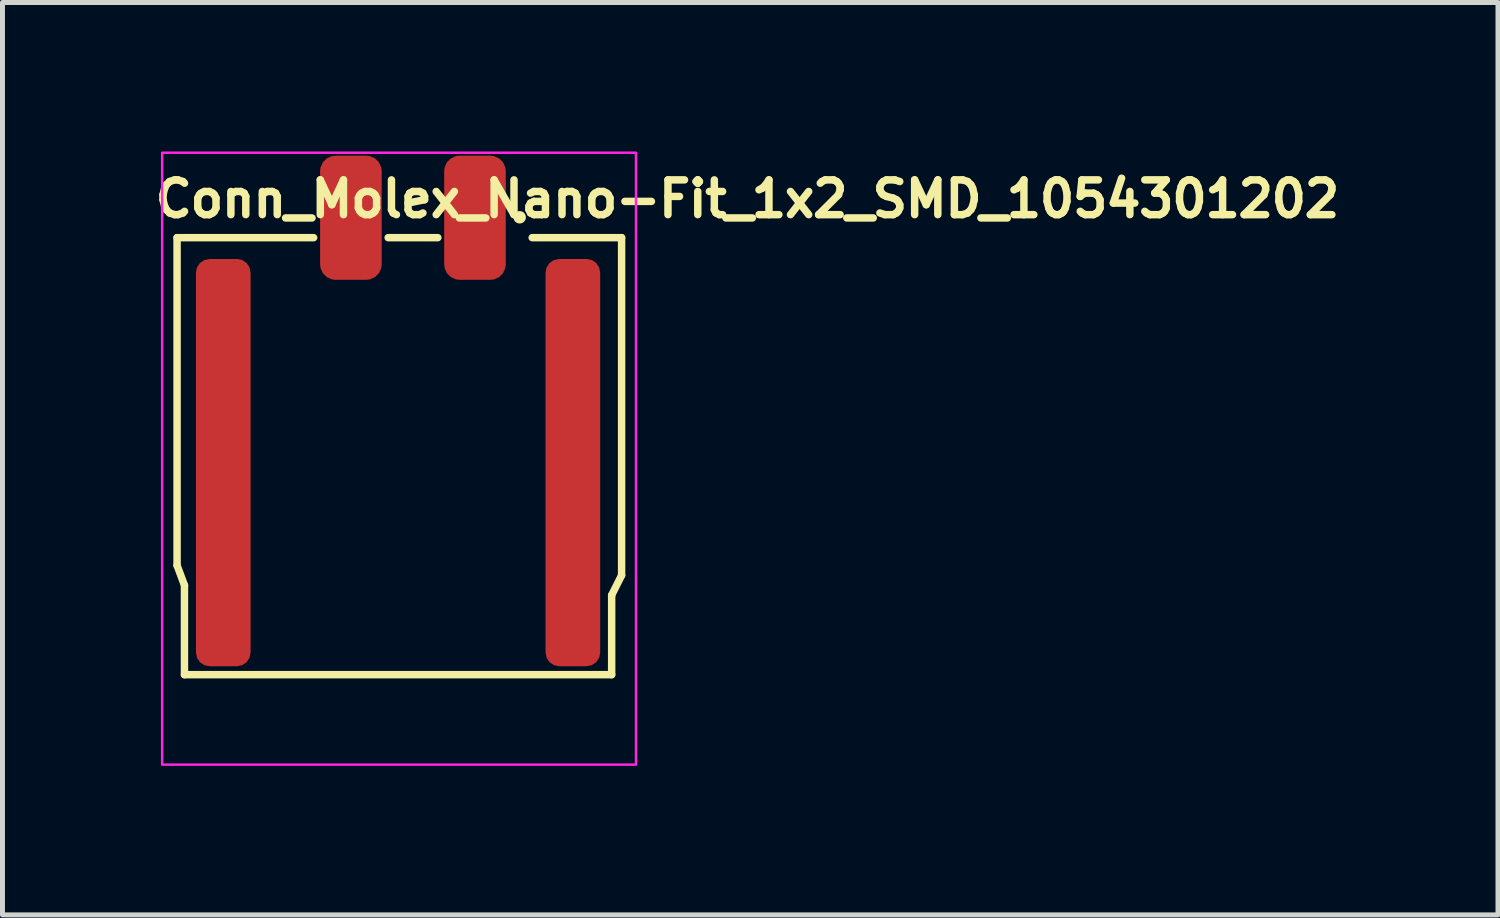
<source format=kicad_pcb>
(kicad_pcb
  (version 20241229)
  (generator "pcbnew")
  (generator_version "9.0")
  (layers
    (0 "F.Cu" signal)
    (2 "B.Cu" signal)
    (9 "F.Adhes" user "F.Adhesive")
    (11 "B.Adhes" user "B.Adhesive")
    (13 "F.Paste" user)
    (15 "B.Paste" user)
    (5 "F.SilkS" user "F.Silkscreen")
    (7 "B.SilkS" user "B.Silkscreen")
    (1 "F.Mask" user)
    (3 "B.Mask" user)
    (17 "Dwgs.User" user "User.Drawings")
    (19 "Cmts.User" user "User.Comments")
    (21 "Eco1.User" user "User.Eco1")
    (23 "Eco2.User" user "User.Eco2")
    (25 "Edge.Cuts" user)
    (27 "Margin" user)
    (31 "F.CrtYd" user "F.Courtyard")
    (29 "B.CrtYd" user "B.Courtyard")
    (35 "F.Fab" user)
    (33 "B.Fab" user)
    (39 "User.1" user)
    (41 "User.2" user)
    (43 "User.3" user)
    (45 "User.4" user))
  (footprint "Conn_Molex_Nano-Fit_1x2_SMD_1054301202"
    (layer "F.Cu")
    (at 4.985 6.235)
    (property "Reference" "Conn_Molex_Nano-Fit_1x2_SMD_1054301202" (at -4.985 -4.87 0) (layer "F.SilkS") (effects (font (size 0.7 0.7) (thickness 0.15)) (justify left bottom)))
    (attr smd)
    (fp_line (start -4.47 -4.5) (end -4.47 2.099) (stroke (width 0.15) (type solid)) (layer "F.SilkS"))
    (fp_line (start -4.47 2.099) (end -4.321 2.499) (stroke (width 0.15) (type solid)) (layer "F.SilkS"))
    (fp_line (start -4.321 2.499) (end -4.321 4.299) (stroke (width 0.15) (type solid)) (layer "F.SilkS"))
    (fp_line (start -4.321 4.299) (end 4.28 4.299) (stroke (width 0.15) (type solid)) (layer "F.SilkS"))
    (fp_line (start -1.72 -4.5) (end -4.47 -4.5) (stroke (width 0.15) (type solid)) (layer "F.SilkS"))
    (fp_line (start -0.22 -4.5) (end 0.78 -4.5) (stroke (width 0.15) (type solid)) (layer "F.SilkS"))
    (fp_line (start 4.28 2.698) (end 4.28 4.299) (stroke (width 0.15) (type solid)) (layer "F.SilkS"))
    (fp_line (start 4.48 -4.5) (end 2.68 -4.5) (stroke (width 0.15) (type solid)) (layer "F.SilkS"))
    (fp_line (start 4.48 2.298) (end 4.28 2.698) (stroke (width 0.15) (type solid)) (layer "F.SilkS"))
    (fp_line (start 4.48 2.298) (end 4.48 -4.5) (stroke (width 0.15) (type solid)) (layer "F.SilkS"))
    (fp_circle (center 2.428 -4.91) (end 2.478 -4.91) (stroke (width 0.15) (type solid)) (fill yes) (layer "F.SilkS"))
    (fp_rect (start -4.77 -6.21) (end 4.77 6.11) (stroke (width 0.05) (type solid)) (fill no) (layer "F.CrtYd"))
    (fp_rect (start -4.372 -5.715) (end 4.37 5.714) (stroke (width 0.1) (type solid)) (fill no) (layer "User.5"))
    (fp_line (start -4.372 -4.436) (end -4.372 2.253) (stroke (width 0.02) (type solid)) (layer "User.9"))
    (fp_line (start -4.372 2.253) (end -3.371 4.253) (stroke (width 0.02) (type solid)) (layer "User.9"))
    (fp_line (start -3.871 -4.436) (end -4.372 -4.436) (stroke (width 0.02) (type solid)) (layer "User.9"))
    (fp_line (start -3.871 -3.436) (end -3.871 -4.436) (stroke (width 0.02) (type solid)) (layer "User.9"))
    (fp_line (start -3.77 -4.436) (end -3.77 -4.287) (stroke (width 0.02) (type solid)) (layer "User.9"))
    (fp_line (start -3.77 -4.287) (end -3.77 -3.436) (stroke (width 0.02) (type solid)) (layer "User.9"))
    (fp_line (start -3.77 3.454) (end -3.77 3.704) (stroke (width 0.02) (type solid)) (layer "User.9"))
    (fp_line (start -3.77 3.704) (end -3.77 3.987) (stroke (width 0.02) (type solid)) (layer "User.9"))
    (fp_line (start -3.77 3.987) (end -3.77 3.987) (stroke (width 0.02) (type solid)) (layer "User.9"))
    (fp_line (start -3.77 3.987) (end -3.77 4.105) (stroke (width 0.02) (type solid)) (layer "User.9"))
    (fp_line (start -3.446 4.105) (end -3.77 4.105) (stroke (width 0.02) (type solid)) (layer "User.9"))
    (fp_line (start -3.446 4.105) (end -3.77 4.105) (stroke (width 0.02) (type solid)) (layer "User.9"))
    (fp_line (start -3.371 4.253) (end -2.701 4.253) (stroke (width 0.02) (type solid)) (layer "User.9"))
    (fp_line (start -3.27 -4.436) (end -3.77 -4.436) (stroke (width 0.02) (type solid)) (layer "User.9"))
    (fp_line (start -3.27 -4.436) (end -3.27 -4.287) (stroke (width 0.02) (type solid)) (layer "User.9"))
    (fp_line (start -3.27 -4.287) (end -3.77 -4.287) (stroke (width 0.02) (type solid)) (layer "User.9"))
    (fp_line (start -3.27 -4.287) (end -3.27 -3.436) (stroke (width 0.02) (type solid)) (layer "User.9"))
    (fp_line (start -3.17 -3.436) (end -3.871 -3.436) (stroke (width 0.02) (type solid)) (layer "User.9"))
    (fp_line (start -3.17 -3.436) (end -3.17 -4.436) (stroke (width 0.02) (type solid)) (layer "User.9"))
    (fp_line (start -2.5 -2.255) (end -2.5 -2.246) (stroke (width 0.02) (type solid)) (layer "User.9"))
    (fp_line (start -2.5 -2.255) (end -2.499 -2.266) (stroke (width 0.02) (type solid)) (layer "User.9"))
    (fp_line (start -2.5 -2.246) (end -2.5 -2.255) (stroke (width 0.02) (type solid)) (layer "User.9"))
    (fp_line (start -2.5 -2.246) (end -2.5 -2.237) (stroke (width 0.02) (type solid)) (layer "User.9"))
    (fp_line (start -2.5 -2.237) (end -2.5 -2.246) (stroke (width 0.02) (type solid)) (layer "User.9"))
    (fp_line (start -2.5 -2.237) (end -2.301 -2.237) (stroke (width 0.02) (type solid)) (layer "User.9"))
    (fp_line (start -2.5 4.253) (end -2.701 4.253) (stroke (width 0.02) (type solid)) (layer "User.9"))
    (fp_line (start -2.5 5.714) (end -2.5 -2.237) (stroke (width 0.02) (type solid)) (layer "User.9"))
    (fp_line (start -2.499 -2.266) (end -2.5 -2.255) (stroke (width 0.02) (type solid)) (layer "User.9"))
    (fp_line (start -2.499 -2.266) (end -2.497 -2.275) (stroke (width 0.02) (type solid)) (layer "User.9"))
    (fp_line (start -2.497 -2.275) (end -2.499 -2.266) (stroke (width 0.02) (type solid)) (layer "User.9"))
    (fp_line (start -2.497 -2.275) (end -2.495 -2.285) (stroke (width 0.02) (type solid)) (layer "User.9"))
    (fp_line (start -2.495 -2.285) (end -2.497 -2.275) (stroke (width 0.02) (type solid)) (layer "User.9"))
    (fp_line (start -2.495 -2.285) (end -2.492 -2.294) (stroke (width 0.02) (type solid)) (layer "User.9"))
    (fp_line (start -2.492 -2.294) (end -2.495 -2.285) (stroke (width 0.02) (type solid)) (layer "User.9"))
    (fp_line (start -2.492 -2.294) (end -2.489 -2.303) (stroke (width 0.02) (type solid)) (layer "User.9"))
    (fp_line (start -2.489 -2.303) (end -2.492 -2.294) (stroke (width 0.02) (type solid)) (layer "User.9"))
    (fp_line (start -2.489 -2.303) (end -2.485 -2.312) (stroke (width 0.02) (type solid)) (layer "User.9"))
    (fp_line (start -2.485 -2.312) (end -2.489 -2.303) (stroke (width 0.02) (type solid)) (layer "User.9"))
    (fp_line (start -2.485 -2.312) (end -2.481 -2.322) (stroke (width 0.02) (type solid)) (layer "User.9"))
    (fp_line (start -2.481 -2.322) (end -2.485 -2.312) (stroke (width 0.02) (type solid)) (layer "User.9"))
    (fp_line (start -2.481 -2.322) (end -2.477 -2.331) (stroke (width 0.02) (type solid)) (layer "User.9"))
    (fp_line (start -2.477 -2.331) (end -2.481 -2.322) (stroke (width 0.02) (type solid)) (layer "User.9"))
    (fp_line (start -2.477 -2.331) (end -2.472 -2.339) (stroke (width 0.02) (type solid)) (layer "User.9"))
    (fp_line (start -2.472 -2.339) (end -2.477 -2.331) (stroke (width 0.02) (type solid)) (layer "User.9"))
    (fp_line (start -2.472 -2.339) (end -2.468 -2.347) (stroke (width 0.02) (type solid)) (layer "User.9"))
    (fp_line (start -2.468 -2.347) (end -2.472 -2.339) (stroke (width 0.02) (type solid)) (layer "User.9"))
    (fp_line (start -2.468 -2.347) (end -2.461 -2.355) (stroke (width 0.02) (type solid)) (layer "User.9"))
    (fp_line (start -2.461 -2.355) (end -2.468 -2.347) (stroke (width 0.02) (type solid)) (layer "User.9"))
    (fp_line (start -2.461 -2.355) (end -2.456 -2.363) (stroke (width 0.02) (type solid)) (layer "User.9"))
    (fp_line (start -2.456 -2.363) (end -2.461 -2.355) (stroke (width 0.02) (type solid)) (layer "User.9"))
    (fp_line (start -2.456 -2.363) (end -2.449 -2.371) (stroke (width 0.02) (type solid)) (layer "User.9"))
    (fp_line (start -2.449 -2.371) (end -2.456 -2.363) (stroke (width 0.02) (type solid)) (layer "User.9"))
    (fp_line (start -2.449 -2.371) (end -2.443 -2.378) (stroke (width 0.02) (type solid)) (layer "User.9"))
    (fp_line (start -2.443 -2.378) (end -2.449 -2.371) (stroke (width 0.02) (type solid)) (layer "User.9"))
    (fp_line (start -2.443 -2.378) (end -2.443 -2.378) (stroke (width 0.02) (type solid)) (layer "User.9"))
    (fp_line (start -2.443 -2.378) (end -2.443 -2.378) (stroke (width 0.02) (type solid)) (layer "User.9"))
    (fp_line (start -2.443 -2.378) (end -2.436 -2.384) (stroke (width 0.02) (type solid)) (layer "User.9"))
    (fp_line (start -2.436 -2.384) (end -2.443 -2.378) (stroke (width 0.02) (type solid)) (layer "User.9"))
    (fp_line (start -2.436 -2.384) (end -2.427 -2.391) (stroke (width 0.02) (type solid)) (layer "User.9"))
    (fp_line (start -2.427 -2.391) (end -2.436 -2.384) (stroke (width 0.02) (type solid)) (layer "User.9"))
    (fp_line (start -2.427 -2.391) (end -2.419 -2.396) (stroke (width 0.02) (type solid)) (layer "User.9"))
    (fp_line (start -2.419 -2.396) (end -2.427 -2.391) (stroke (width 0.02) (type solid)) (layer "User.9"))
    (fp_line (start -2.419 -2.396) (end -2.411 -2.403) (stroke (width 0.02) (type solid)) (layer "User.9"))
    (fp_line (start -2.411 -2.403) (end -2.419 -2.396) (stroke (width 0.02) (type solid)) (layer "User.9"))
    (fp_line (start -2.411 -2.403) (end -2.403 -2.407) (stroke (width 0.02) (type solid)) (layer "User.9"))
    (fp_line (start -2.403 -2.407) (end -2.411 -2.403) (stroke (width 0.02) (type solid)) (layer "User.9"))
    (fp_line (start -2.403 -2.407) (end -2.395 -2.412) (stroke (width 0.02) (type solid)) (layer "User.9"))
    (fp_line (start -2.395 -2.412) (end -2.403 -2.407) (stroke (width 0.02) (type solid)) (layer "User.9"))
    (fp_line (start -2.395 -2.412) (end -2.387 -2.416) (stroke (width 0.02) (type solid)) (layer "User.9"))
    (fp_line (start -2.387 -2.416) (end -2.395 -2.412) (stroke (width 0.02) (type solid)) (layer "User.9"))
    (fp_line (start -2.387 -2.416) (end -2.378 -2.42) (stroke (width 0.02) (type solid)) (layer "User.9"))
    (fp_line (start -2.378 -2.42) (end -2.387 -2.416) (stroke (width 0.02) (type solid)) (layer "User.9"))
    (fp_line (start -2.378 -2.42) (end -2.368 -2.424) (stroke (width 0.02) (type solid)) (layer "User.9"))
    (fp_line (start -2.368 -2.424) (end -2.378 -2.42) (stroke (width 0.02) (type solid)) (layer "User.9"))
    (fp_line (start -2.368 -2.424) (end -2.359 -2.427) (stroke (width 0.02) (type solid)) (layer "User.9"))
    (fp_line (start -2.359 -2.427) (end -2.368 -2.424) (stroke (width 0.02) (type solid)) (layer "User.9"))
    (fp_line (start -2.359 -2.427) (end -2.35 -2.43) (stroke (width 0.02) (type solid)) (layer "User.9"))
    (fp_line (start -2.35 -2.43) (end -2.359 -2.427) (stroke (width 0.02) (type solid)) (layer "User.9"))
    (fp_line (start -2.35 -2.43) (end -2.34 -2.432) (stroke (width 0.02) (type solid)) (layer "User.9"))
    (fp_line (start -2.34 -2.432) (end -2.35 -2.43) (stroke (width 0.02) (type solid)) (layer "User.9"))
    (fp_line (start -2.34 -2.432) (end -2.331 -2.433) (stroke (width 0.02) (type solid)) (layer "User.9"))
    (fp_line (start -2.331 -2.433) (end -2.34 -2.432) (stroke (width 0.02) (type solid)) (layer "User.9"))
    (fp_line (start -2.331 -2.433) (end -2.32 -2.436) (stroke (width 0.02) (type solid)) (layer "User.9"))
    (fp_line (start -2.32 -2.436) (end -2.331 -2.433) (stroke (width 0.02) (type solid)) (layer "User.9"))
    (fp_line (start -2.32 -2.436) (end -2.311 -2.436) (stroke (width 0.02) (type solid)) (layer "User.9"))
    (fp_line (start -2.311 -2.436) (end -2.32 -2.436) (stroke (width 0.02) (type solid)) (layer "User.9"))
    (fp_line (start -2.311 -2.436) (end -2.301 -2.436) (stroke (width 0.02) (type solid)) (layer "User.9"))
    (fp_line (start -2.301 -2.436) (end -2.311 -2.436) (stroke (width 0.02) (type solid)) (layer "User.9"))
    (fp_line (start -2.301 5.714) (end -2.5 5.714) (stroke (width 0.02) (type solid)) (layer "User.9"))
    (fp_line (start -2.301 5.714) (end 2.899 5.714) (stroke (width 0.02) (type solid)) (layer "User.9"))
    (fp_line (start -2 -2.637) (end -2 -2.436) (stroke (width 0.02) (type solid)) (layer "User.9"))
    (fp_line (start -1.268 -5.516) (end -1.268 -5.715) (stroke (width 0.02) (type solid)) (layer "User.9"))
    (fp_line (start -1.268 -5.176) (end -1.268 -5.516) (stroke (width 0.02) (type solid)) (layer "User.9"))
    (fp_line (start -1.268 -4.827) (end -1.268 -5.176) (stroke (width 0.02) (type solid)) (layer "User.9"))
    (fp_line (start -1.268 -4.577) (end -1.268 -4.827) (stroke (width 0.02) (type solid)) (layer "User.9"))
    (fp_line (start -1.268 -4.436) (end -1.268 -4.577) (stroke (width 0.02) (type solid)) (layer "User.9"))
    (fp_line (start -0.633 -5.715) (end -1.268 -5.715) (stroke (width 0.02) (type solid)) (layer "User.9"))
    (fp_line (start -0.633 -5.516) (end -1.268 -5.516) (stroke (width 0.02) (type solid)) (layer "User.9"))
    (fp_line (start -0.633 -5.516) (end -0.633 -5.715) (stroke (width 0.02) (type solid)) (layer "User.9"))
    (fp_line (start -0.633 -5.176) (end -1.268 -5.176) (stroke (width 0.02) (type solid)) (layer "User.9"))
    (fp_line (start -0.633 -5.176) (end -0.633 -5.516) (stroke (width 0.02) (type solid)) (layer "User.9"))
    (fp_line (start -0.633 -4.827) (end -0.633 -5.176) (stroke (width 0.02) (type solid)) (layer "User.9"))
    (fp_line (start -0.633 -4.577) (end -1.268 -4.577) (stroke (width 0.02) (type solid)) (layer "User.9"))
    (fp_line (start -0.633 -4.577) (end -0.633 -4.827) (stroke (width 0.02) (type solid)) (layer "User.9"))
    (fp_line (start -0.633 -4.436) (end -0.633 -4.577) (stroke (width 0.02) (type solid)) (layer "User.9"))
    (fp_line (start 1.231 -5.516) (end 1.231 -5.715) (stroke (width 0.02) (type solid)) (layer "User.9"))
    (fp_line (start 1.231 -5.176) (end 1.231 -5.516) (stroke (width 0.02) (type solid)) (layer "User.9"))
    (fp_line (start 1.231 -4.827) (end 1.231 -5.176) (stroke (width 0.02) (type solid)) (layer "User.9"))
    (fp_line (start 1.231 -4.577) (end 1.231 -4.827) (stroke (width 0.02) (type solid)) (layer "User.9"))
    (fp_line (start 1.231 -4.436) (end 1.231 -4.577) (stroke (width 0.02) (type solid)) (layer "User.9"))
    (fp_line (start 1.866 -5.715) (end 1.231 -5.715) (stroke (width 0.02) (type solid)) (layer "User.9"))
    (fp_line (start 1.866 -5.516) (end 1.231 -5.516) (stroke (width 0.02) (type solid)) (layer "User.9"))
    (fp_line (start 1.866 -5.516) (end 1.866 -5.715) (stroke (width 0.02) (type solid)) (layer "User.9"))
    (fp_line (start 1.866 -5.176) (end 1.231 -5.176) (stroke (width 0.02) (type solid)) (layer "User.9"))
    (fp_line (start 1.866 -5.176) (end 1.866 -5.516) (stroke (width 0.02) (type solid)) (layer "User.9"))
    (fp_line (start 1.866 -4.827) (end 1.866 -5.176) (stroke (width 0.02) (type solid)) (layer "User.9"))
    (fp_line (start 1.866 -4.577) (end 1.231 -4.577) (stroke (width 0.02) (type solid)) (layer "User.9"))
    (fp_line (start 1.866 -4.577) (end 1.866 -4.827) (stroke (width 0.02) (type solid)) (layer "User.9"))
    (fp_line (start 1.866 -4.436) (end 1.866 -4.577) (stroke (width 0.02) (type solid)) (layer "User.9"))
    (fp_line (start 2.6 -2.436) (end 2.6 -2.637) (stroke (width 0.02) (type solid)) (layer "User.9"))
    (fp_line (start 2.899 -2.436) (end -2.301 -2.436) (stroke (width 0.02) (type solid)) (layer "User.9"))
    (fp_line (start 2.899 -2.436) (end 2.899 -2.237) (stroke (width 0.02) (type solid)) (layer "User.9"))
    (fp_line (start 2.899 -2.436) (end 2.908 -2.436) (stroke (width 0.02) (type solid)) (layer "User.9"))
    (fp_line (start 2.908 -2.436) (end 2.899 -2.436) (stroke (width 0.02) (type solid)) (layer "User.9"))
    (fp_line (start 2.908 -2.436) (end 2.918 -2.436) (stroke (width 0.02) (type solid)) (layer "User.9"))
    (fp_line (start 2.918 -2.436) (end 2.908 -2.436) (stroke (width 0.02) (type solid)) (layer "User.9"))
    (fp_line (start 2.918 -2.436) (end 2.928 -2.433) (stroke (width 0.02) (type solid)) (layer "User.9"))
    (fp_line (start 2.928 -2.433) (end 2.918 -2.436) (stroke (width 0.02) (type solid)) (layer "User.9"))
    (fp_line (start 2.928 -2.433) (end 2.938 -2.432) (stroke (width 0.02) (type solid)) (layer "User.9"))
    (fp_line (start 2.938 -2.432) (end 2.928 -2.433) (stroke (width 0.02) (type solid)) (layer "User.9"))
    (fp_line (start 2.938 -2.432) (end 2.947 -2.43) (stroke (width 0.02) (type solid)) (layer "User.9"))
    (fp_line (start 2.947 -2.43) (end 2.938 -2.432) (stroke (width 0.02) (type solid)) (layer "User.9"))
    (fp_line (start 2.947 -2.43) (end 2.958 -2.427) (stroke (width 0.02) (type solid)) (layer "User.9"))
    (fp_line (start 2.958 -2.427) (end 2.947 -2.43) (stroke (width 0.02) (type solid)) (layer "User.9"))
    (fp_line (start 2.958 -2.427) (end 2.967 -2.424) (stroke (width 0.02) (type solid)) (layer "User.9"))
    (fp_line (start 2.967 -2.424) (end 2.958 -2.427) (stroke (width 0.02) (type solid)) (layer "User.9"))
    (fp_line (start 2.967 -2.424) (end 2.975 -2.42) (stroke (width 0.02) (type solid)) (layer "User.9"))
    (fp_line (start 2.975 -2.42) (end 2.967 -2.424) (stroke (width 0.02) (type solid)) (layer "User.9"))
    (fp_line (start 2.975 -2.42) (end 2.984 -2.416) (stroke (width 0.02) (type solid)) (layer "User.9"))
    (fp_line (start 2.984 -2.416) (end 2.975 -2.42) (stroke (width 0.02) (type solid)) (layer "User.9"))
    (fp_line (start 2.984 -2.416) (end 2.994 -2.412) (stroke (width 0.02) (type solid)) (layer "User.9"))
    (fp_line (start 2.994 -2.412) (end 2.984 -2.416) (stroke (width 0.02) (type solid)) (layer "User.9"))
    (fp_line (start 2.994 -2.412) (end 3.001 -2.407) (stroke (width 0.02) (type solid)) (layer "User.9"))
    (fp_line (start 3.001 -2.407) (end 2.994 -2.412) (stroke (width 0.02) (type solid)) (layer "User.9"))
    (fp_line (start 3.001 -2.407) (end 3.009 -2.403) (stroke (width 0.02) (type solid)) (layer "User.9"))
    (fp_line (start 3.009 -2.403) (end 3.001 -2.407) (stroke (width 0.02) (type solid)) (layer "User.9"))
    (fp_line (start 3.009 -2.403) (end 3.017 -2.396) (stroke (width 0.02) (type solid)) (layer "User.9"))
    (fp_line (start 3.017 -2.396) (end 3.009 -2.403) (stroke (width 0.02) (type solid)) (layer "User.9"))
    (fp_line (start 3.017 -2.396) (end 3.025 -2.391) (stroke (width 0.02) (type solid)) (layer "User.9"))
    (fp_line (start 3.025 -2.391) (end 3.017 -2.396) (stroke (width 0.02) (type solid)) (layer "User.9"))
    (fp_line (start 3.025 -2.391) (end 3.033 -2.384) (stroke (width 0.02) (type solid)) (layer "User.9"))
    (fp_line (start 3.033 -2.384) (end 3.025 -2.391) (stroke (width 0.02) (type solid)) (layer "User.9"))
    (fp_line (start 3.033 -2.384) (end 3.04 -2.378) (stroke (width 0.02) (type solid)) (layer "User.9"))
    (fp_line (start 3.04 -2.378) (end 3.033 -2.384) (stroke (width 0.02) (type solid)) (layer "User.9"))
    (fp_line (start 3.04 -2.378) (end 3.04 -2.378) (stroke (width 0.02) (type solid)) (layer "User.9"))
    (fp_line (start 3.04 -2.378) (end 3.04 -2.378) (stroke (width 0.02) (type solid)) (layer "User.9"))
    (fp_line (start 3.04 -2.378) (end 3.047 -2.371) (stroke (width 0.02) (type solid)) (layer "User.9"))
    (fp_line (start 3.047 -2.371) (end 3.04 -2.378) (stroke (width 0.02) (type solid)) (layer "User.9"))
    (fp_line (start 3.047 -2.371) (end 3.053 -2.363) (stroke (width 0.02) (type solid)) (layer "User.9"))
    (fp_line (start 3.053 -2.363) (end 3.047 -2.371) (stroke (width 0.02) (type solid)) (layer "User.9"))
    (fp_line (start 3.053 -2.363) (end 3.059 -2.355) (stroke (width 0.02) (type solid)) (layer "User.9"))
    (fp_line (start 3.059 -2.355) (end 3.053 -2.363) (stroke (width 0.02) (type solid)) (layer "User.9"))
    (fp_line (start 3.059 -2.355) (end 3.066 -2.347) (stroke (width 0.02) (type solid)) (layer "User.9"))
    (fp_line (start 3.066 -2.347) (end 3.059 -2.355) (stroke (width 0.02) (type solid)) (layer "User.9"))
    (fp_line (start 3.066 -2.347) (end 3.071 -2.339) (stroke (width 0.02) (type solid)) (layer "User.9"))
    (fp_line (start 3.071 -2.339) (end 3.066 -2.347) (stroke (width 0.02) (type solid)) (layer "User.9"))
    (fp_line (start 3.071 -2.339) (end 3.076 -2.331) (stroke (width 0.02) (type solid)) (layer "User.9"))
    (fp_line (start 3.076 -2.331) (end 3.071 -2.339) (stroke (width 0.02) (type solid)) (layer "User.9"))
    (fp_line (start 3.076 -2.331) (end 3.08 -2.322) (stroke (width 0.02) (type solid)) (layer "User.9"))
    (fp_line (start 3.08 -2.322) (end 3.076 -2.331) (stroke (width 0.02) (type solid)) (layer "User.9"))
    (fp_line (start 3.08 -2.322) (end 3.084 -2.312) (stroke (width 0.02) (type solid)) (layer "User.9"))
    (fp_line (start 3.084 -2.312) (end 3.08 -2.322) (stroke (width 0.02) (type solid)) (layer "User.9"))
    (fp_line (start 3.084 -2.312) (end 3.088 -2.303) (stroke (width 0.02) (type solid)) (layer "User.9"))
    (fp_line (start 3.088 -2.303) (end 3.084 -2.312) (stroke (width 0.02) (type solid)) (layer "User.9"))
    (fp_line (start 3.088 -2.303) (end 3.091 -2.294) (stroke (width 0.02) (type solid)) (layer "User.9"))
    (fp_line (start 3.091 -2.294) (end 3.088 -2.303) (stroke (width 0.02) (type solid)) (layer "User.9"))
    (fp_line (start 3.091 -2.294) (end 3.092 -2.285) (stroke (width 0.02) (type solid)) (layer "User.9"))
    (fp_line (start 3.092 -2.285) (end 3.091 -2.294) (stroke (width 0.02) (type solid)) (layer "User.9"))
    (fp_line (start 3.092 -2.285) (end 3.096 -2.275) (stroke (width 0.02) (type solid)) (layer "User.9"))
    (fp_line (start 3.096 -2.275) (end 3.092 -2.285) (stroke (width 0.02) (type solid)) (layer "User.9"))
    (fp_line (start 3.096 -2.275) (end 3.096 -2.266) (stroke (width 0.02) (type solid)) (layer "User.9"))
    (fp_line (start 3.096 -2.266) (end 3.096 -2.275) (stroke (width 0.02) (type solid)) (layer "User.9"))
    (fp_line (start 3.096 -2.266) (end 3.099 -2.255) (stroke (width 0.02) (type solid)) (layer "User.9"))
    (fp_line (start 3.099 -2.255) (end 3.096 -2.266) (stroke (width 0.02) (type solid)) (layer "User.9"))
    (fp_line (start 3.099 -2.255) (end 3.099 -2.246) (stroke (width 0.02) (type solid)) (layer "User.9"))
    (fp_line (start 3.099 -2.246) (end 3.099 -2.255) (stroke (width 0.02) (type solid)) (layer "User.9"))
    (fp_line (start 3.099 -2.246) (end 3.1 -2.237) (stroke (width 0.02) (type solid)) (layer "User.9"))
    (fp_line (start 3.1 -2.237) (end 3.099 -2.246) (stroke (width 0.02) (type solid)) (layer "User.9"))
    (fp_line (start 3.1 -2.237) (end 3.1 5.714) (stroke (width 0.02) (type solid)) (layer "User.9"))
    (fp_line (start 3.1 5.714) (end 2.899 5.714) (stroke (width 0.02) (type solid)) (layer "User.9"))
    (fp_line (start 3.169 -4.436) (end -3.17 -4.436) (stroke (width 0.02) (type solid)) (layer "User.9"))
    (fp_line (start 3.169 -3.436) (end 3.169 -4.436) (stroke (width 0.02) (type solid)) (layer "User.9"))
    (fp_line (start 3.169 -3.436) (end 3.87 -3.436) (stroke (width 0.02) (type solid)) (layer "User.9"))
    (fp_line (start 3.269 -4.436) (end 3.269 -4.287) (stroke (width 0.02) (type solid)) (layer "User.9"))
    (fp_line (start 3.269 -4.436) (end 3.769 -4.436) (stroke (width 0.02) (type solid)) (layer "User.9"))
    (fp_line (start 3.269 -4.287) (end 3.269 -3.436) (stroke (width 0.02) (type solid)) (layer "User.9"))
    (fp_line (start 3.269 -4.287) (end 3.769 -4.287) (stroke (width 0.02) (type solid)) (layer "User.9"))
    (fp_line (start 3.299 4.253) (end 3.1 4.253) (stroke (width 0.02) (type solid)) (layer "User.9"))
    (fp_line (start 3.299 4.253) (end 3.37 4.253) (stroke (width 0.02) (type solid)) (layer "User.9"))
    (fp_line (start 3.37 4.253) (end 4.37 2.253) (stroke (width 0.02) (type solid)) (layer "User.9"))
    (fp_line (start 3.444 4.105) (end 3.769 4.105) (stroke (width 0.02) (type solid)) (layer "User.9"))
    (fp_line (start 3.444 4.105) (end 3.769 4.105) (stroke (width 0.02) (type solid)) (layer "User.9"))
    (fp_line (start 3.769 -4.436) (end 3.769 -4.287) (stroke (width 0.02) (type solid)) (layer "User.9"))
    (fp_line (start 3.769 -4.287) (end 3.769 -3.436) (stroke (width 0.02) (type solid)) (layer "User.9"))
    (fp_line (start 3.769 3.454) (end 3.769 3.704) (stroke (width 0.02) (type solid)) (layer "User.9"))
    (fp_line (start 3.769 3.704) (end 3.769 3.987) (stroke (width 0.02) (type solid)) (layer "User.9"))
    (fp_line (start 3.769 3.987) (end 3.769 3.987) (stroke (width 0.02) (type solid)) (layer "User.9"))
    (fp_line (start 3.769 3.987) (end 3.769 4.105) (stroke (width 0.02) (type solid)) (layer "User.9"))
    (fp_line (start 3.87 -3.436) (end 3.87 -4.436) (stroke (width 0.02) (type solid)) (layer "User.9"))
    (fp_line (start 4.37 -4.436) (end 3.87 -4.436) (stroke (width 0.02) (type solid)) (layer "User.9"))
    (fp_line (start 4.37 2.253) (end 4.37 -4.436) (stroke (width 0.02) (type solid)) (layer "User.9"))
    (pad "1" smd roundrect (at 1.528 -4.901 90) (size 2.5 1.24) (layers "F.Cu" "F.Mask" "F.Paste") (roundrect_rratio 0.25))
    (pad "2" smd roundrect (at -0.97 -4.901 90) (size 2.5 1.24) (layers "F.Cu" "F.Mask" "F.Paste") (roundrect_rratio 0.25))
    (pad "MP" smd roundrect (at -3.54 0.029) (size 1.1 8.2) (layers "F.Cu" "F.Mask" "F.Paste") (roundrect_rratio 0.25))
    (pad "MP" smd roundrect (at 3.499 0.029) (size 1.1 8.2) (layers "F.Cu" "F.Mask" "F.Paste") (roundrect_rratio 0.25)))
  (gr_rect
    (start -3 -3)
    (end 27.11 15.37)
    (stroke (width 0.1) (type default))
    (fill no)
    (layer "Edge.Cuts")))
</source>
